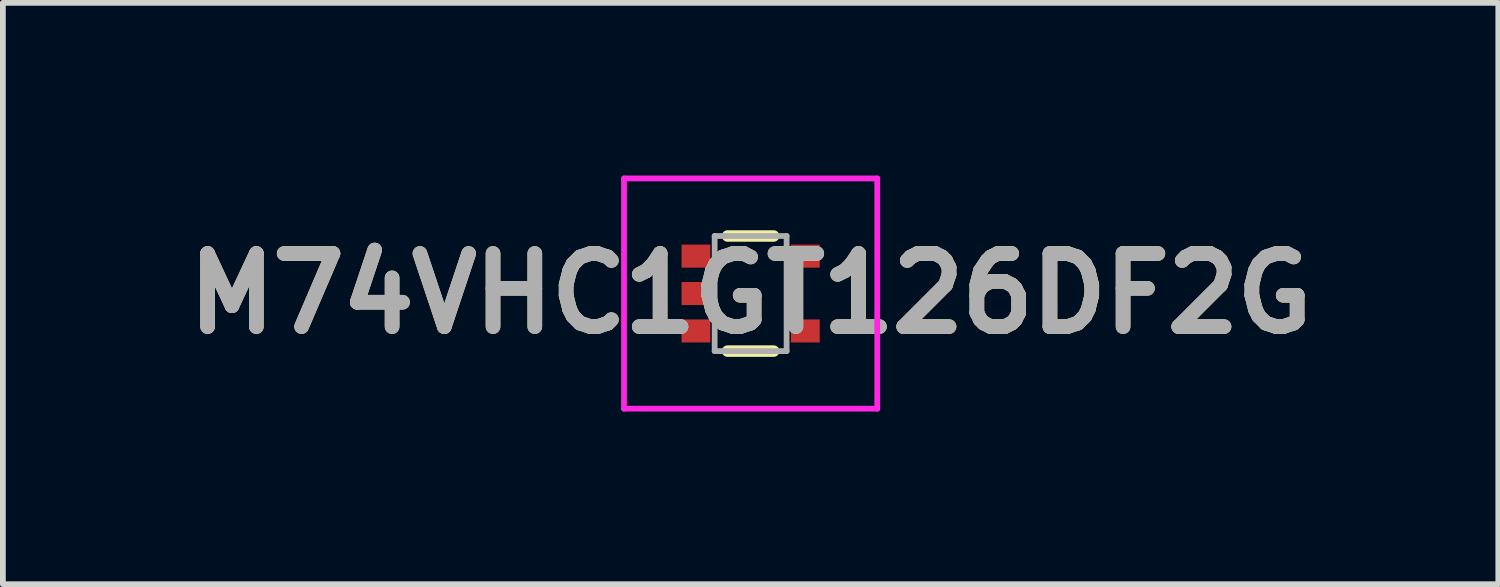
<source format=kicad_pcb>
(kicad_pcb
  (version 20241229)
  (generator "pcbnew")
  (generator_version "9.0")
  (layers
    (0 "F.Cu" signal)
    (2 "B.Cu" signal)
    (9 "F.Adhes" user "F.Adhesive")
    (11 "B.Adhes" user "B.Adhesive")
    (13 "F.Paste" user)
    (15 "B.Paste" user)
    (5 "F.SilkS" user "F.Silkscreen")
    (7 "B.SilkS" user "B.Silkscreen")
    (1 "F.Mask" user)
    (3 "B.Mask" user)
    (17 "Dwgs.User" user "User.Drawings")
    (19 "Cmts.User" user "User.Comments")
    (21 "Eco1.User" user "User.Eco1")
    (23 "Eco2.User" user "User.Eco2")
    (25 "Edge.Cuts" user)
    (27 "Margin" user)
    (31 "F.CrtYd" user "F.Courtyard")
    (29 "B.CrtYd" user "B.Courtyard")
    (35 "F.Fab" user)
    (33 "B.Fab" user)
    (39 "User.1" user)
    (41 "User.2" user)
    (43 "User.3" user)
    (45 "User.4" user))
  (footprint "M74VHC1GT126DF2G"
    (layer "F.Cu")
    (at 9.991 2.05)
    (property "Reference" "M74VHC1GT126DF2G" (at 0 0 0) (layer "F.SilkS") (effects (font (size 1.27 1.27) (thickness 0.254))))
    (attr smd)
    (fp_line (start -1.6 -0.75) (end -1.6 -0.75) (stroke (width 0.1) (type solid)) (layer "F.SilkS"))
    (fp_line (start -1.6 -0.65) (end -1.6 -0.65) (stroke (width 0.1) (type solid)) (layer "F.SilkS"))
    (fp_line (start -0.4 -1) (end 0.4 -1) (stroke (width 0.2) (type solid)) (layer "F.SilkS"))
    (fp_line (start -0.4 1) (end 0.4 1) (stroke (width 0.2) (type solid)) (layer "F.SilkS"))
    (fp_arc (start -1.6 -0.75) (mid -1.55 -0.7) (end -1.6 -0.65) (stroke (width 0.1) (type solid)) (layer "F.SilkS"))
    (fp_arc (start -1.6 -0.65) (mid -1.65 -0.7) (end -1.6 -0.75) (stroke (width 0.1) (type solid)) (layer "F.SilkS"))
    (fp_line (start -2.2 -2) (end 2.2 -2) (stroke (width 0.1) (type solid)) (layer "F.CrtYd"))
    (fp_line (start -2.2 2) (end -2.2 -2) (stroke (width 0.1) (type solid)) (layer "F.CrtYd"))
    (fp_line (start 2.2 -2) (end 2.2 2) (stroke (width 0.1) (type solid)) (layer "F.CrtYd"))
    (fp_line (start 2.2 2) (end -2.2 2) (stroke (width 0.1) (type solid)) (layer "F.CrtYd"))
    (fp_line (start -0.625 -1) (end 0.625 -1) (stroke (width 0.1) (type solid)) (layer "F.Fab"))
    (fp_line (start -0.625 1) (end -0.625 -1) (stroke (width 0.1) (type solid)) (layer "F.Fab"))
    (fp_line (start 0.625 -1) (end 0.625 1) (stroke (width 0.1) (type solid)) (layer "F.Fab"))
    (fp_line (start 0.625 1) (end -0.625 1) (stroke (width 0.1) (type solid)) (layer "F.Fab"))
    (fp_text user "${REFERENCE}" (at 0 0 0) (layer "F.Fab") (effects (font (size 1.27 1.27) (thickness 0.254))))
    (pad "1" smd rect (at -0.95 -0.65 90) (size 0.4 0.5) (layers "F.Cu" "F.Mask" "F.Paste"))
    (pad "2" smd rect (at -0.95 0 90) (size 0.4 0.5) (layers "F.Cu" "F.Mask" "F.Paste"))
    (pad "3" smd rect (at -0.95 0.65 90) (size 0.4 0.5) (layers "F.Cu" "F.Mask" "F.Paste"))
    (pad "4" smd rect (at 0.95 0.65 90) (size 0.4 0.5) (layers "F.Cu" "F.Mask" "F.Paste"))
    (pad "5" smd rect (at 0.95 -0.65 90) (size 0.4 0.5) (layers "F.Cu" "F.Mask" "F.Paste")))
  (gr_rect
    (start -3 -3)
    (end 22.981 7.1)
    (stroke (width 0.1) (type default))
    (fill no)
    (layer "Edge.Cuts")))
</source>
